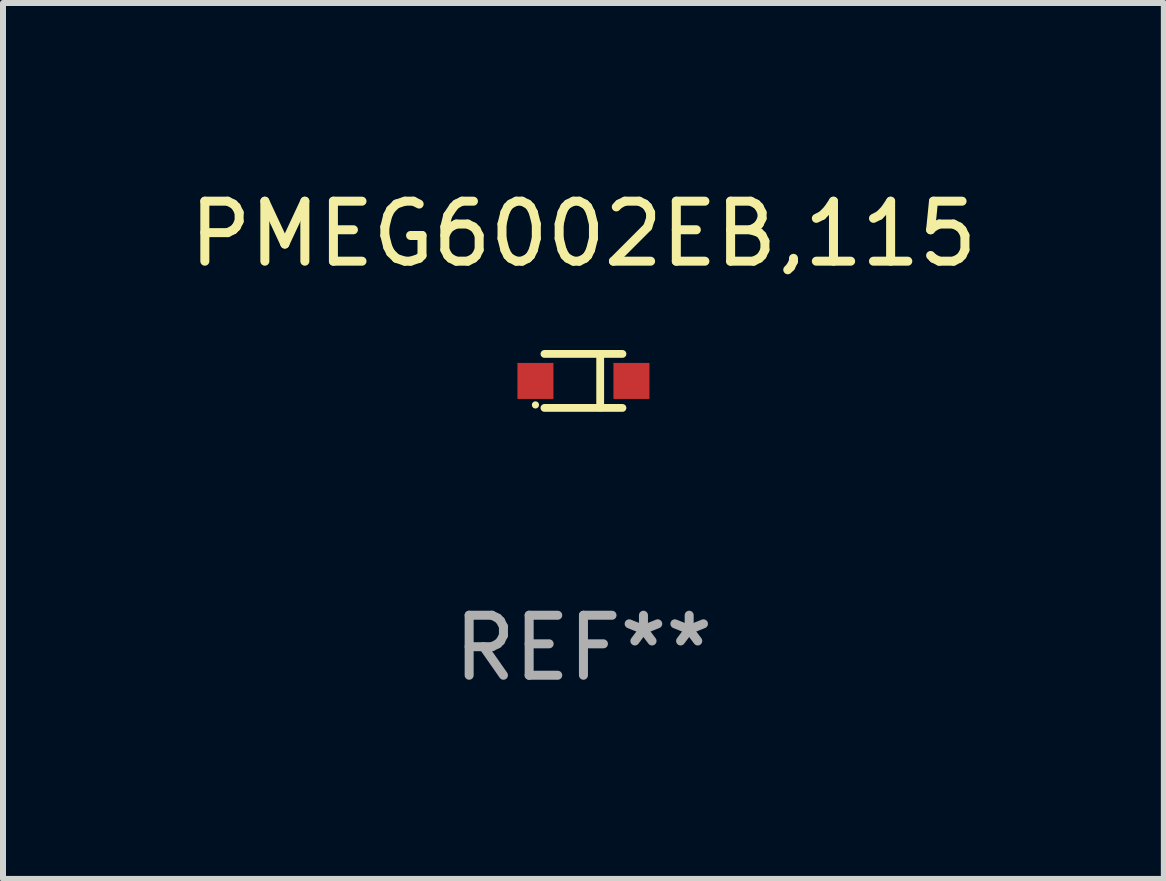
<source format=kicad_pcb>
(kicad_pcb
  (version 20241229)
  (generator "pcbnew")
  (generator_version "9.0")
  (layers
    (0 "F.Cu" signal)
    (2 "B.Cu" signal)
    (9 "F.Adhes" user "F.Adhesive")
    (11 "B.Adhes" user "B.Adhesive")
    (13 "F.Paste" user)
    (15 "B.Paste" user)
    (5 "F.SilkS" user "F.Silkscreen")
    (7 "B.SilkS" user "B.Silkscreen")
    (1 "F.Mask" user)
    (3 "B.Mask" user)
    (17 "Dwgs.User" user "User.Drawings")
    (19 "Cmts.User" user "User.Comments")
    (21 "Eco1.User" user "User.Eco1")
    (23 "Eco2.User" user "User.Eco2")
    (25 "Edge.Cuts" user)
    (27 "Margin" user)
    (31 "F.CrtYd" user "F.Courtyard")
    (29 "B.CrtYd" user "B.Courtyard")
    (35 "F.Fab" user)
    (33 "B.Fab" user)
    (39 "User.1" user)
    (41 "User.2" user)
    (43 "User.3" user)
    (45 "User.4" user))
  (footprint "PMEG6002EB,115"
    (layer "F.Cu")
    (at 6.673 3.298)
    (property "Reference" "PMEG6002EB,115" (at 0 -2.45 0) (layer "F.SilkS") (effects (font (size 1 1) (thickness 0.15))))
    (attr through_hole)
    (fp_line (start -0.65 -0.45) (end 0.65 -0.45) (stroke (width 0.13) (type solid)) (layer "F.SilkS"))
    (fp_line (start -0.65 0.45) (end 0.65 0.45) (stroke (width 0.13) (type solid)) (layer "F.SilkS"))
    (fp_line (start 0.279 -0.406) (end 0.279 0.444) (stroke (width 0.13) (type solid)) (layer "F.SilkS"))
    (fp_circle (center -0.8 0.4) (end -0.77 0.4) (stroke (width 0.06) (type solid)) (fill no) (layer "F.SilkS"))
    (fp_text user "REF**" (at 0 4.45 0) (layer "F.Fab") (effects (font (size 1 1) (thickness 0.15))))
    (pad "1" smd rect (at -0.8 0) (size 0.6 0.6) (layers "F.Cu" "F.Mask" "F.Paste"))
    (pad "2" smd rect (at 0.8 0 180) (size 0.6 0.6) (layers "F.Cu" "F.Mask" "F.Paste")))
  (gr_rect
    (start -3 -3)
    (end 16.345 11.597)
    (stroke (width 0.1) (type default))
    (fill no)
    (layer "Edge.Cuts")))
</source>
